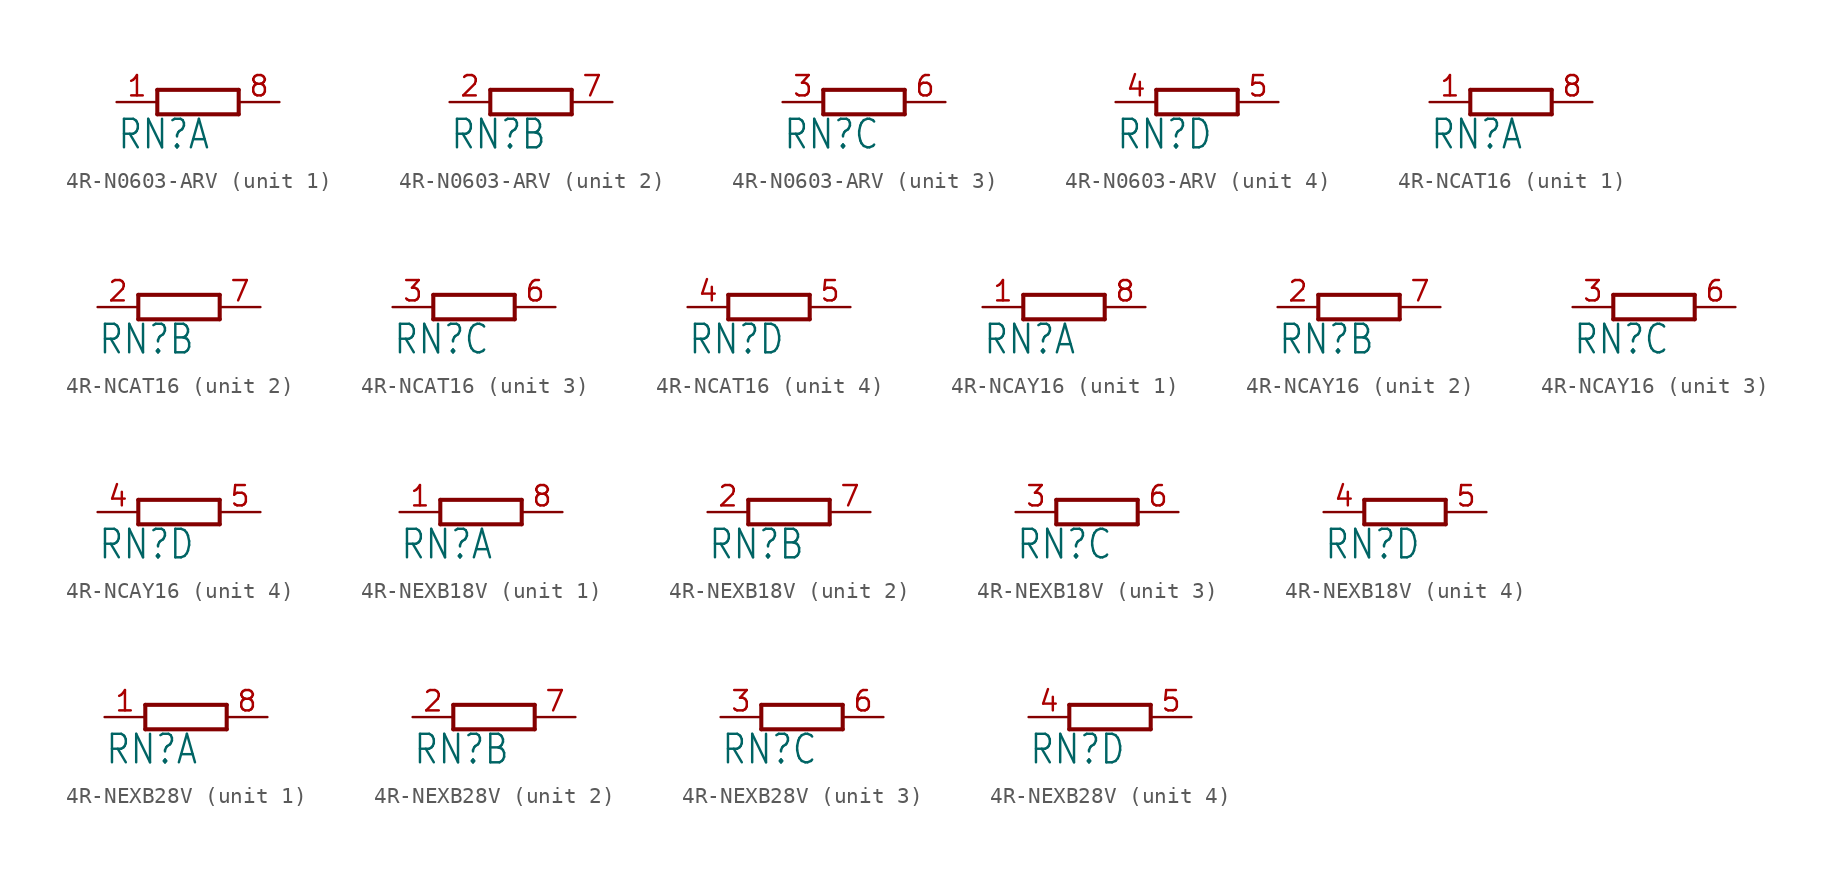
<source format=kicad_sym>
(kicad_symbol_lib
  (version 20231120)
  (generator "kicad_symbol_editor")
  (generator_version "8.0")
  (symbol "4R-N0603-ARV"
    (property "Reference" "RN"
      (at -5.08 -3.048 0)
      (effects (font (size 1.778 1.511)) (justify left bottom)))
    (property "Value" ""
      (at 2.54 -3.048 0)
      (effects (font (size 1.778 1.511)) (justify left bottom)))
    (property "ki_locked" ""
      (at 0 0 0)
      (effects (font (size 1.27 1.27))))
    (symbol "4R-N0603-ARV_1_0"
      (polyline (pts (xy -2.54 -0.762) (xy 2.54 -0.762)) (stroke (width 0.254) (type solid)) (fill (type none)))
      (polyline (pts (xy -2.54 0.762) (xy -2.54 -0.762)) (stroke (width 0.254) (type solid)) (fill (type none)))
      (polyline (pts (xy 2.54 -0.762) (xy 2.54 0.762)) (stroke (width 0.254) (type solid)) (fill (type none)))
      (polyline (pts (xy 2.54 0.762) (xy -2.54 0.762)) (stroke (width 0.254) (type solid)) (fill (type none)))
      (pin passive line (at -5.08 0 0) (length 2.54) (name "1" (effects (font (size 0 0)))) (number "1" (effects (font (size 1.27 1.27)))))
      (pin passive line (at 5.08 0 180) (length 2.54) (name "2" (effects (font (size 0 0)))) (number "8" (effects (font (size 1.27 1.27))))))
    (symbol "4R-N0603-ARV_2_0"
      (polyline (pts (xy -2.54 -0.762) (xy 2.54 -0.762)) (stroke (width 0.254) (type solid)) (fill (type none)))
      (polyline (pts (xy -2.54 0.762) (xy -2.54 -0.762)) (stroke (width 0.254) (type solid)) (fill (type none)))
      (polyline (pts (xy 2.54 -0.762) (xy 2.54 0.762)) (stroke (width 0.254) (type solid)) (fill (type none)))
      (polyline (pts (xy 2.54 0.762) (xy -2.54 0.762)) (stroke (width 0.254) (type solid)) (fill (type none)))
      (pin passive line (at -5.08 0 0) (length 2.54) (name "1" (effects (font (size 0 0)))) (number "2" (effects (font (size 1.27 1.27)))))
      (pin passive line (at 5.08 0 180) (length 2.54) (name "2" (effects (font (size 0 0)))) (number "7" (effects (font (size 1.27 1.27))))))
    (symbol "4R-N0603-ARV_3_0"
      (polyline (pts (xy -2.54 -0.762) (xy 2.54 -0.762)) (stroke (width 0.254) (type solid)) (fill (type none)))
      (polyline (pts (xy -2.54 0.762) (xy -2.54 -0.762)) (stroke (width 0.254) (type solid)) (fill (type none)))
      (polyline (pts (xy 2.54 -0.762) (xy 2.54 0.762)) (stroke (width 0.254) (type solid)) (fill (type none)))
      (polyline (pts (xy 2.54 0.762) (xy -2.54 0.762)) (stroke (width 0.254) (type solid)) (fill (type none)))
      (pin passive line (at -5.08 0 0) (length 2.54) (name "1" (effects (font (size 0 0)))) (number "3" (effects (font (size 1.27 1.27)))))
      (pin passive line (at 5.08 0 180) (length 2.54) (name "2" (effects (font (size 0 0)))) (number "6" (effects (font (size 1.27 1.27))))))
    (symbol "4R-N0603-ARV_4_0"
      (polyline (pts (xy -2.54 -0.762) (xy 2.54 -0.762)) (stroke (width 0.254) (type solid)) (fill (type none)))
      (polyline (pts (xy -2.54 0.762) (xy -2.54 -0.762)) (stroke (width 0.254) (type solid)) (fill (type none)))
      (polyline (pts (xy 2.54 -0.762) (xy 2.54 0.762)) (stroke (width 0.254) (type solid)) (fill (type none)))
      (polyline (pts (xy 2.54 0.762) (xy -2.54 0.762)) (stroke (width 0.254) (type solid)) (fill (type none)))
      (pin passive line (at -5.08 0 0) (length 2.54) (name "1" (effects (font (size 0 0)))) (number "4" (effects (font (size 1.27 1.27)))))
      (pin passive line (at 5.08 0 180) (length 2.54) (name "2" (effects (font (size 0 0)))) (number "5" (effects (font (size 1.27 1.27)))))))
  (symbol "4R-NCAT16"
    (property "Reference" "RN"
      (at -5.08 -3.048 0)
      (effects (font (size 1.778 1.511)) (justify left bottom)))
    (property "Value" ""
      (at 2.54 -3.048 0)
      (effects (font (size 1.778 1.511)) (justify left bottom)))
    (property "ki_locked" ""
      (at 0 0 0)
      (effects (font (size 1.27 1.27))))
    (symbol "4R-NCAT16_1_0"
      (polyline (pts (xy -2.54 -0.762) (xy 2.54 -0.762)) (stroke (width 0.254) (type solid)) (fill (type none)))
      (polyline (pts (xy -2.54 0.762) (xy -2.54 -0.762)) (stroke (width 0.254) (type solid)) (fill (type none)))
      (polyline (pts (xy 2.54 -0.762) (xy 2.54 0.762)) (stroke (width 0.254) (type solid)) (fill (type none)))
      (polyline (pts (xy 2.54 0.762) (xy -2.54 0.762)) (stroke (width 0.254) (type solid)) (fill (type none)))
      (pin passive line (at -5.08 0 0) (length 2.54) (name "1" (effects (font (size 0 0)))) (number "1" (effects (font (size 1.27 1.27)))))
      (pin passive line (at 5.08 0 180) (length 2.54) (name "2" (effects (font (size 0 0)))) (number "8" (effects (font (size 1.27 1.27))))))
    (symbol "4R-NCAT16_2_0"
      (polyline (pts (xy -2.54 -0.762) (xy 2.54 -0.762)) (stroke (width 0.254) (type solid)) (fill (type none)))
      (polyline (pts (xy -2.54 0.762) (xy -2.54 -0.762)) (stroke (width 0.254) (type solid)) (fill (type none)))
      (polyline (pts (xy 2.54 -0.762) (xy 2.54 0.762)) (stroke (width 0.254) (type solid)) (fill (type none)))
      (polyline (pts (xy 2.54 0.762) (xy -2.54 0.762)) (stroke (width 0.254) (type solid)) (fill (type none)))
      (pin passive line (at -5.08 0 0) (length 2.54) (name "1" (effects (font (size 0 0)))) (number "2" (effects (font (size 1.27 1.27)))))
      (pin passive line (at 5.08 0 180) (length 2.54) (name "2" (effects (font (size 0 0)))) (number "7" (effects (font (size 1.27 1.27))))))
    (symbol "4R-NCAT16_3_0"
      (polyline (pts (xy -2.54 -0.762) (xy 2.54 -0.762)) (stroke (width 0.254) (type solid)) (fill (type none)))
      (polyline (pts (xy -2.54 0.762) (xy -2.54 -0.762)) (stroke (width 0.254) (type solid)) (fill (type none)))
      (polyline (pts (xy 2.54 -0.762) (xy 2.54 0.762)) (stroke (width 0.254) (type solid)) (fill (type none)))
      (polyline (pts (xy 2.54 0.762) (xy -2.54 0.762)) (stroke (width 0.254) (type solid)) (fill (type none)))
      (pin passive line (at -5.08 0 0) (length 2.54) (name "1" (effects (font (size 0 0)))) (number "3" (effects (font (size 1.27 1.27)))))
      (pin passive line (at 5.08 0 180) (length 2.54) (name "2" (effects (font (size 0 0)))) (number "6" (effects (font (size 1.27 1.27))))))
    (symbol "4R-NCAT16_4_0"
      (polyline (pts (xy -2.54 -0.762) (xy 2.54 -0.762)) (stroke (width 0.254) (type solid)) (fill (type none)))
      (polyline (pts (xy -2.54 0.762) (xy -2.54 -0.762)) (stroke (width 0.254) (type solid)) (fill (type none)))
      (polyline (pts (xy 2.54 -0.762) (xy 2.54 0.762)) (stroke (width 0.254) (type solid)) (fill (type none)))
      (polyline (pts (xy 2.54 0.762) (xy -2.54 0.762)) (stroke (width 0.254) (type solid)) (fill (type none)))
      (pin passive line (at -5.08 0 0) (length 2.54) (name "1" (effects (font (size 0 0)))) (number "4" (effects (font (size 1.27 1.27)))))
      (pin passive line (at 5.08 0 180) (length 2.54) (name "2" (effects (font (size 0 0)))) (number "5" (effects (font (size 1.27 1.27)))))))
  (symbol "4R-NCAY16"
    (property "Reference" "RN"
      (at -5.08 -3.048 0)
      (effects (font (size 1.778 1.511)) (justify left bottom)))
    (property "Value" ""
      (at 2.54 -3.048 0)
      (effects (font (size 1.778 1.511)) (justify left bottom)))
    (property "ki_locked" ""
      (at 0 0 0)
      (effects (font (size 1.27 1.27))))
    (symbol "4R-NCAY16_1_0"
      (polyline (pts (xy -2.54 -0.762) (xy 2.54 -0.762)) (stroke (width 0.254) (type solid)) (fill (type none)))
      (polyline (pts (xy -2.54 0.762) (xy -2.54 -0.762)) (stroke (width 0.254) (type solid)) (fill (type none)))
      (polyline (pts (xy 2.54 -0.762) (xy 2.54 0.762)) (stroke (width 0.254) (type solid)) (fill (type none)))
      (polyline (pts (xy 2.54 0.762) (xy -2.54 0.762)) (stroke (width 0.254) (type solid)) (fill (type none)))
      (pin passive line (at -5.08 0 0) (length 2.54) (name "1" (effects (font (size 0 0)))) (number "1" (effects (font (size 1.27 1.27)))))
      (pin passive line (at 5.08 0 180) (length 2.54) (name "2" (effects (font (size 0 0)))) (number "8" (effects (font (size 1.27 1.27))))))
    (symbol "4R-NCAY16_2_0"
      (polyline (pts (xy -2.54 -0.762) (xy 2.54 -0.762)) (stroke (width 0.254) (type solid)) (fill (type none)))
      (polyline (pts (xy -2.54 0.762) (xy -2.54 -0.762)) (stroke (width 0.254) (type solid)) (fill (type none)))
      (polyline (pts (xy 2.54 -0.762) (xy 2.54 0.762)) (stroke (width 0.254) (type solid)) (fill (type none)))
      (polyline (pts (xy 2.54 0.762) (xy -2.54 0.762)) (stroke (width 0.254) (type solid)) (fill (type none)))
      (pin passive line (at -5.08 0 0) (length 2.54) (name "1" (effects (font (size 0 0)))) (number "2" (effects (font (size 1.27 1.27)))))
      (pin passive line (at 5.08 0 180) (length 2.54) (name "2" (effects (font (size 0 0)))) (number "7" (effects (font (size 1.27 1.27))))))
    (symbol "4R-NCAY16_3_0"
      (polyline (pts (xy -2.54 -0.762) (xy 2.54 -0.762)) (stroke (width 0.254) (type solid)) (fill (type none)))
      (polyline (pts (xy -2.54 0.762) (xy -2.54 -0.762)) (stroke (width 0.254) (type solid)) (fill (type none)))
      (polyline (pts (xy 2.54 -0.762) (xy 2.54 0.762)) (stroke (width 0.254) (type solid)) (fill (type none)))
      (polyline (pts (xy 2.54 0.762) (xy -2.54 0.762)) (stroke (width 0.254) (type solid)) (fill (type none)))
      (pin passive line (at -5.08 0 0) (length 2.54) (name "1" (effects (font (size 0 0)))) (number "3" (effects (font (size 1.27 1.27)))))
      (pin passive line (at 5.08 0 180) (length 2.54) (name "2" (effects (font (size 0 0)))) (number "6" (effects (font (size 1.27 1.27))))))
    (symbol "4R-NCAY16_4_0"
      (polyline (pts (xy -2.54 -0.762) (xy 2.54 -0.762)) (stroke (width 0.254) (type solid)) (fill (type none)))
      (polyline (pts (xy -2.54 0.762) (xy -2.54 -0.762)) (stroke (width 0.254) (type solid)) (fill (type none)))
      (polyline (pts (xy 2.54 -0.762) (xy 2.54 0.762)) (stroke (width 0.254) (type solid)) (fill (type none)))
      (polyline (pts (xy 2.54 0.762) (xy -2.54 0.762)) (stroke (width 0.254) (type solid)) (fill (type none)))
      (pin passive line (at -5.08 0 0) (length 2.54) (name "1" (effects (font (size 0 0)))) (number "4" (effects (font (size 1.27 1.27)))))
      (pin passive line (at 5.08 0 180) (length 2.54) (name "2" (effects (font (size 0 0)))) (number "5" (effects (font (size 1.27 1.27)))))))
  (symbol "4R-NEXB18V"
    (property "Reference" "RN"
      (at -5.08 -3.048 0)
      (effects (font (size 1.778 1.511)) (justify left bottom)))
    (property "Value" ""
      (at 2.54 -3.048 0)
      (effects (font (size 1.778 1.511)) (justify left bottom)))
    (property "ki_locked" ""
      (at 0 0 0)
      (effects (font (size 1.27 1.27))))
    (symbol "4R-NEXB18V_1_0"
      (polyline (pts (xy -2.54 -0.762) (xy 2.54 -0.762)) (stroke (width 0.254) (type solid)) (fill (type none)))
      (polyline (pts (xy -2.54 0.762) (xy -2.54 -0.762)) (stroke (width 0.254) (type solid)) (fill (type none)))
      (polyline (pts (xy 2.54 -0.762) (xy 2.54 0.762)) (stroke (width 0.254) (type solid)) (fill (type none)))
      (polyline (pts (xy 2.54 0.762) (xy -2.54 0.762)) (stroke (width 0.254) (type solid)) (fill (type none)))
      (pin passive line (at -5.08 0 0) (length 2.54) (name "1" (effects (font (size 0 0)))) (number "1" (effects (font (size 1.27 1.27)))))
      (pin passive line (at 5.08 0 180) (length 2.54) (name "2" (effects (font (size 0 0)))) (number "8" (effects (font (size 1.27 1.27))))))
    (symbol "4R-NEXB18V_2_0"
      (polyline (pts (xy -2.54 -0.762) (xy 2.54 -0.762)) (stroke (width 0.254) (type solid)) (fill (type none)))
      (polyline (pts (xy -2.54 0.762) (xy -2.54 -0.762)) (stroke (width 0.254) (type solid)) (fill (type none)))
      (polyline (pts (xy 2.54 -0.762) (xy 2.54 0.762)) (stroke (width 0.254) (type solid)) (fill (type none)))
      (polyline (pts (xy 2.54 0.762) (xy -2.54 0.762)) (stroke (width 0.254) (type solid)) (fill (type none)))
      (pin passive line (at -5.08 0 0) (length 2.54) (name "1" (effects (font (size 0 0)))) (number "2" (effects (font (size 1.27 1.27)))))
      (pin passive line (at 5.08 0 180) (length 2.54) (name "2" (effects (font (size 0 0)))) (number "7" (effects (font (size 1.27 1.27))))))
    (symbol "4R-NEXB18V_3_0"
      (polyline (pts (xy -2.54 -0.762) (xy 2.54 -0.762)) (stroke (width 0.254) (type solid)) (fill (type none)))
      (polyline (pts (xy -2.54 0.762) (xy -2.54 -0.762)) (stroke (width 0.254) (type solid)) (fill (type none)))
      (polyline (pts (xy 2.54 -0.762) (xy 2.54 0.762)) (stroke (width 0.254) (type solid)) (fill (type none)))
      (polyline (pts (xy 2.54 0.762) (xy -2.54 0.762)) (stroke (width 0.254) (type solid)) (fill (type none)))
      (pin passive line (at -5.08 0 0) (length 2.54) (name "1" (effects (font (size 0 0)))) (number "3" (effects (font (size 1.27 1.27)))))
      (pin passive line (at 5.08 0 180) (length 2.54) (name "2" (effects (font (size 0 0)))) (number "6" (effects (font (size 1.27 1.27))))))
    (symbol "4R-NEXB18V_4_0"
      (polyline (pts (xy -2.54 -0.762) (xy 2.54 -0.762)) (stroke (width 0.254) (type solid)) (fill (type none)))
      (polyline (pts (xy -2.54 0.762) (xy -2.54 -0.762)) (stroke (width 0.254) (type solid)) (fill (type none)))
      (polyline (pts (xy 2.54 -0.762) (xy 2.54 0.762)) (stroke (width 0.254) (type solid)) (fill (type none)))
      (polyline (pts (xy 2.54 0.762) (xy -2.54 0.762)) (stroke (width 0.254) (type solid)) (fill (type none)))
      (pin passive line (at -5.08 0 0) (length 2.54) (name "1" (effects (font (size 0 0)))) (number "4" (effects (font (size 1.27 1.27)))))
      (pin passive line (at 5.08 0 180) (length 2.54) (name "2" (effects (font (size 0 0)))) (number "5" (effects (font (size 1.27 1.27)))))))
  (symbol "4R-NEXB28V"
    (property "Reference" "RN"
      (at -5.08 -3.048 0)
      (effects (font (size 1.778 1.511)) (justify left bottom)))
    (property "Value" ""
      (at 2.54 -3.048 0)
      (effects (font (size 1.778 1.511)) (justify left bottom)))
    (property "ki_locked" ""
      (at 0 0 0)
      (effects (font (size 1.27 1.27))))
    (symbol "4R-NEXB28V_1_0"
      (polyline (pts (xy -2.54 -0.762) (xy 2.54 -0.762)) (stroke (width 0.254) (type solid)) (fill (type none)))
      (polyline (pts (xy -2.54 0.762) (xy -2.54 -0.762)) (stroke (width 0.254) (type solid)) (fill (type none)))
      (polyline (pts (xy 2.54 -0.762) (xy 2.54 0.762)) (stroke (width 0.254) (type solid)) (fill (type none)))
      (polyline (pts (xy 2.54 0.762) (xy -2.54 0.762)) (stroke (width 0.254) (type solid)) (fill (type none)))
      (pin passive line (at -5.08 0 0) (length 2.54) (name "1" (effects (font (size 0 0)))) (number "1" (effects (font (size 1.27 1.27)))))
      (pin passive line (at 5.08 0 180) (length 2.54) (name "2" (effects (font (size 0 0)))) (number "8" (effects (font (size 1.27 1.27))))))
    (symbol "4R-NEXB28V_2_0"
      (polyline (pts (xy -2.54 -0.762) (xy 2.54 -0.762)) (stroke (width 0.254) (type solid)) (fill (type none)))
      (polyline (pts (xy -2.54 0.762) (xy -2.54 -0.762)) (stroke (width 0.254) (type solid)) (fill (type none)))
      (polyline (pts (xy 2.54 -0.762) (xy 2.54 0.762)) (stroke (width 0.254) (type solid)) (fill (type none)))
      (polyline (pts (xy 2.54 0.762) (xy -2.54 0.762)) (stroke (width 0.254) (type solid)) (fill (type none)))
      (pin passive line (at -5.08 0 0) (length 2.54) (name "1" (effects (font (size 0 0)))) (number "2" (effects (font (size 1.27 1.27)))))
      (pin passive line (at 5.08 0 180) (length 2.54) (name "2" (effects (font (size 0 0)))) (number "7" (effects (font (size 1.27 1.27))))))
    (symbol "4R-NEXB28V_3_0"
      (polyline (pts (xy -2.54 -0.762) (xy 2.54 -0.762)) (stroke (width 0.254) (type solid)) (fill (type none)))
      (polyline (pts (xy -2.54 0.762) (xy -2.54 -0.762)) (stroke (width 0.254) (type solid)) (fill (type none)))
      (polyline (pts (xy 2.54 -0.762) (xy 2.54 0.762)) (stroke (width 0.254) (type solid)) (fill (type none)))
      (polyline (pts (xy 2.54 0.762) (xy -2.54 0.762)) (stroke (width 0.254) (type solid)) (fill (type none)))
      (pin passive line (at -5.08 0 0) (length 2.54) (name "1" (effects (font (size 0 0)))) (number "3" (effects (font (size 1.27 1.27)))))
      (pin passive line (at 5.08 0 180) (length 2.54) (name "2" (effects (font (size 0 0)))) (number "6" (effects (font (size 1.27 1.27))))))
    (symbol "4R-NEXB28V_4_0"
      (polyline (pts (xy -2.54 -0.762) (xy 2.54 -0.762)) (stroke (width 0.254) (type solid)) (fill (type none)))
      (polyline (pts (xy -2.54 0.762) (xy -2.54 -0.762)) (stroke (width 0.254) (type solid)) (fill (type none)))
      (polyline (pts (xy 2.54 -0.762) (xy 2.54 0.762)) (stroke (width 0.254) (type solid)) (fill (type none)))
      (polyline (pts (xy 2.54 0.762) (xy -2.54 0.762)) (stroke (width 0.254) (type solid)) (fill (type none)))
      (pin passive line (at -5.08 0 0) (length 2.54) (name "1" (effects (font (size 0 0)))) (number "4" (effects (font (size 1.27 1.27)))))
      (pin passive line (at 5.08 0 180) (length 2.54) (name "2" (effects (font (size 0 0)))) (number "5" (effects (font (size 1.27 1.27))))))))
</source>
